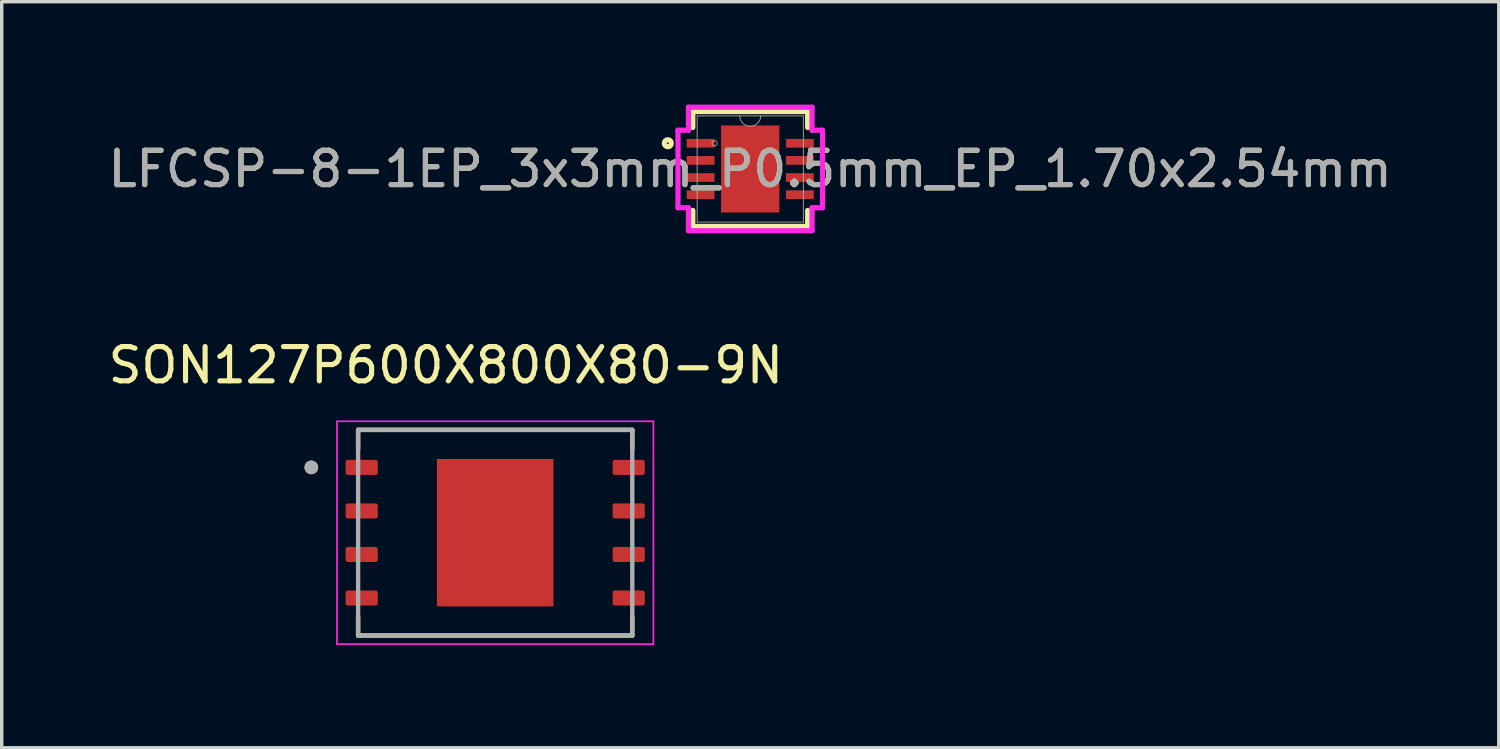
<source format=kicad_pcb>
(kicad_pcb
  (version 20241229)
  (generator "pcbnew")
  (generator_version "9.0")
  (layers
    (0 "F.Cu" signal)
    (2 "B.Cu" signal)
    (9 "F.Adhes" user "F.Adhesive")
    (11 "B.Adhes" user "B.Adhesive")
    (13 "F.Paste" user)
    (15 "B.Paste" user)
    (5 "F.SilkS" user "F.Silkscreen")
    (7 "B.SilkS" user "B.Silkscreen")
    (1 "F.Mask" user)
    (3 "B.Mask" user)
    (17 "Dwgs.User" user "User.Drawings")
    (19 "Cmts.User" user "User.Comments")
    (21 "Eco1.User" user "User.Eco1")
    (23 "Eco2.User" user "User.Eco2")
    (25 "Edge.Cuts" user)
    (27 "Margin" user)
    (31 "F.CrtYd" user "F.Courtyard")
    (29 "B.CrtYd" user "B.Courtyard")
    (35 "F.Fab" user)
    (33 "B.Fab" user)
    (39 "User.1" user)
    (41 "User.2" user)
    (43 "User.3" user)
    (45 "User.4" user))
  (footprint "SON127P600X800X80-9N"
    (layer "F.Cu")
    (at 11.398 12.492)
    (property "Reference" "SON127P600X800X80-9N" (at -1.44 -4.885 0) (layer "F.SilkS") (effects (font (size 1 1) (thickness 0.15))))
    (attr smd)
    (fp_line (start -4 -3) (end 4 -3) (stroke (width 0.127) (type solid)) (layer "F.SilkS"))
    (fp_line (start -4 -2.445) (end -4 -3) (stroke (width 0.127) (type solid)) (layer "F.SilkS"))
    (fp_line (start -4 3) (end -4 2.445) (stroke (width 0.127) (type solid)) (layer "F.SilkS"))
    (fp_line (start 4 -3) (end 4 -2.445) (stroke (width 0.127) (type solid)) (layer "F.SilkS"))
    (fp_line (start 4 3) (end -4 3) (stroke (width 0.127) (type solid)) (layer "F.SilkS"))
    (fp_line (start 4 3) (end 4 2.445) (stroke (width 0.127) (type solid)) (layer "F.SilkS"))
    (fp_circle (center -5.365 -1.905) (end -5.265 -1.905) (stroke (width 0.2) (type solid)) (fill no) (layer "F.SilkS"))
    (fp_poly (pts (xy -1.075 -1.36) (xy 1.075 -1.36) (xy 1.075 1.36) (xy -1.075 1.36)) (stroke (width 0.01) (type solid)) (fill yes) (layer "F.Paste"))
    (fp_line (start -4.615 -3.25) (end -4.615 3.25) (stroke (width 0.05) (type solid)) (layer "F.CrtYd"))
    (fp_line (start -4.615 3.25) (end 4.615 3.25) (stroke (width 0.05) (type solid)) (layer "F.CrtYd"))
    (fp_line (start 4.615 -3.25) (end -4.615 -3.25) (stroke (width 0.05) (type solid)) (layer "F.CrtYd"))
    (fp_line (start 4.615 3.25) (end 4.615 -3.25) (stroke (width 0.05) (type solid)) (layer "F.CrtYd"))
    (fp_line (start -4 -3) (end 4 -3) (stroke (width 0.127) (type solid)) (layer "F.Fab"))
    (fp_line (start -4 3) (end -4 -3) (stroke (width 0.127) (type solid)) (layer "F.Fab"))
    (fp_line (start 4 -3) (end 4 3) (stroke (width 0.127) (type solid)) (layer "F.Fab"))
    (fp_line (start 4 3) (end -4 3) (stroke (width 0.127) (type solid)) (layer "F.Fab"))
    (fp_circle (center -5.365 -1.905) (end -5.265 -1.905) (stroke (width 0.2) (type solid)) (fill no) (layer "F.Fab"))
    (pad "1" smd roundrect (at -3.895 -1.905) (size 0.94 0.44) (layers "F.Cu" "F.Mask" "F.Paste") (roundrect_rratio 0.15))
    (pad "2" smd roundrect (at -3.895 -0.635) (size 0.94 0.44) (layers "F.Cu" "F.Mask" "F.Paste") (roundrect_rratio 0.15))
    (pad "3" smd roundrect (at -3.895 0.635) (size 0.94 0.44) (layers "F.Cu" "F.Mask" "F.Paste") (roundrect_rratio 0.15))
    (pad "4" smd roundrect (at -3.895 1.905) (size 0.94 0.44) (layers "F.Cu" "F.Mask" "F.Paste") (roundrect_rratio 0.15))
    (pad "5" smd roundrect (at 3.895 1.905) (size 0.94 0.44) (layers "F.Cu" "F.Mask" "F.Paste") (roundrect_rratio 0.15))
    (pad "6" smd roundrect (at 3.895 0.635) (size 0.94 0.44) (layers "F.Cu" "F.Mask" "F.Paste") (roundrect_rratio 0.15))
    (pad "7" smd roundrect (at 3.895 -0.635) (size 0.94 0.44) (layers "F.Cu" "F.Mask" "F.Paste") (roundrect_rratio 0.15))
    (pad "8" smd roundrect (at 3.895 -1.905) (size 0.94 0.44) (layers "F.Cu" "F.Mask" "F.Paste") (roundrect_rratio 0.15))
    (pad "9" smd rect (at 0 0) (size 3.4 4.3) (layers "F.Cu" "F.Mask")))
  (footprint "LFCSP-8-1EP_3x3mm_P0.5mm_EP_1.70x2.54mm"
    (layer "F.Cu")
    (at 18.839 1.88)
    (property "Reference" "LFCSP-8-1EP_3x3mm_P0.5mm_EP_1.70x2.54mm" (at 0 0 0) (unlocked yes) (layer "F.SilkS") (effects (font (size 1 1) (thickness 0.15))))
    (attr smd)
    (fp_line (start -1.676 -1.676) (end -1.676 -1.21) (stroke (width 0.152) (type solid)) (layer "F.SilkS"))
    (fp_line (start -1.676 1.21) (end -1.676 1.676) (stroke (width 0.152) (type solid)) (layer "F.SilkS"))
    (fp_line (start -1.676 1.676) (end 1.676 1.676) (stroke (width 0.152) (type solid)) (layer "F.SilkS"))
    (fp_line (start 1.676 -1.676) (end -1.676 -1.676) (stroke (width 0.152) (type solid)) (layer "F.SilkS"))
    (fp_line (start 1.676 -1.21) (end 1.676 -1.676) (stroke (width 0.152) (type solid)) (layer "F.SilkS"))
    (fp_line (start 1.676 1.676) (end 1.676 1.21) (stroke (width 0.152) (type solid)) (layer "F.SilkS"))
    (fp_circle (center -2.405 -0.75) (end -2.303 -0.75) (stroke (width 0.152) (type solid)) (fill no) (layer "F.SilkS"))
    (fp_poly (pts (xy -0.751 -1.17) (xy -0.751 -0.1) (xy 0.751 -0.1) (xy 0.751 -1.17)) (stroke (width 0) (type solid)) (fill yes) (layer "F.Paste"))
    (fp_poly (pts (xy -0.751 0.1) (xy -0.751 1.17) (xy 0.751 1.17) (xy 0.751 0.1)) (stroke (width 0) (type solid)) (fill yes) (layer "F.Paste"))
    (fp_line (start -2.108 -1.131) (end -1.803 -1.131) (stroke (width 0.152) (type solid)) (layer "F.CrtYd"))
    (fp_line (start -2.108 1.131) (end -2.108 -1.131) (stroke (width 0.152) (type solid)) (layer "F.CrtYd"))
    (fp_line (start -2.108 1.131) (end -1.803 1.131) (stroke (width 0.152) (type solid)) (layer "F.CrtYd"))
    (fp_line (start -1.803 -1.803) (end 1.803 -1.803) (stroke (width 0.152) (type solid)) (layer "F.CrtYd"))
    (fp_line (start -1.803 -1.131) (end -1.803 -1.803) (stroke (width 0.152) (type solid)) (layer "F.CrtYd"))
    (fp_line (start -1.803 1.803) (end -1.803 1.131) (stroke (width 0.152) (type solid)) (layer "F.CrtYd"))
    (fp_line (start 1.803 -1.803) (end 1.803 -1.131) (stroke (width 0.152) (type solid)) (layer "F.CrtYd"))
    (fp_line (start 1.803 1.131) (end 1.803 1.803) (stroke (width 0.152) (type solid)) (layer "F.CrtYd"))
    (fp_line (start 1.803 1.803) (end -1.803 1.803) (stroke (width 0.152) (type solid)) (layer "F.CrtYd"))
    (fp_line (start 2.108 -1.131) (end 1.803 -1.131) (stroke (width 0.152) (type solid)) (layer "F.CrtYd"))
    (fp_line (start 2.108 -1.131) (end 2.108 1.131) (stroke (width 0.152) (type solid)) (layer "F.CrtYd"))
    (fp_line (start 2.108 1.131) (end 1.803 1.131) (stroke (width 0.152) (type solid)) (layer "F.CrtYd"))
    (fp_line (start -1.549 -1.549) (end -1.549 1.549) (stroke (width 0.025) (type solid)) (layer "F.Fab"))
    (fp_line (start -1.549 1.549) (end 1.549 1.549) (stroke (width 0.025) (type solid)) (layer "F.Fab"))
    (fp_line (start 1.549 -1.549) (end -1.549 -1.549) (stroke (width 0.025) (type solid)) (layer "F.Fab"))
    (fp_line (start 1.549 1.549) (end 1.549 -1.549) (stroke (width 0.025) (type solid)) (layer "F.Fab"))
    (fp_arc (start 0.3048 -1.5494) (mid 0 -1.2446) (end -0.3048 -1.5494) (stroke (width 0.0254) (type solid)) (layer "F.Fab"))
    (fp_circle (center -1.041 -0.75) (end -0.965 -0.75) (stroke (width 0.025) (type solid)) (fill no) (layer "F.Fab"))
    (fp_text user "${REFERENCE}" (at 0 0 0) (unlocked yes) (layer "F.Fab") (effects (font (size 1 1) (thickness 0.15))))
    (pad "1" smd rect (at -1.448 -0.75) (size 0.813 0.254) (layers "F.Cu" "F.Mask" "F.Paste"))
    (pad "2" smd rect (at -1.448 -0.25) (size 0.813 0.254) (layers "F.Cu" "F.Mask" "F.Paste"))
    (pad "3" smd rect (at -1.448 0.25) (size 0.813 0.254) (layers "F.Cu" "F.Mask" "F.Paste"))
    (pad "4" smd rect (at -1.448 0.75) (size 0.813 0.254) (layers "F.Cu" "F.Mask" "F.Paste"))
    (pad "5" smd rect (at 1.448 0.75) (size 0.813 0.254) (layers "F.Cu" "F.Mask" "F.Paste"))
    (pad "6" smd rect (at 1.448 0.25) (size 0.813 0.254) (layers "F.Cu" "F.Mask" "F.Paste"))
    (pad "7" smd rect (at 1.448 -0.25) (size 0.813 0.254) (layers "F.Cu" "F.Mask" "F.Paste"))
    (pad "8" smd rect (at 1.448 -0.75) (size 0.813 0.254) (layers "F.Cu" "F.Mask" "F.Paste"))
    (pad "9" smd rect (at 0 0) (size 1.702 2.54) (layers "F.Cu" "F.Mask" "F.Paste")))
  (gr_rect
    (start -3 -3)
    (end 40.679 18.767)
    (stroke (width 0.1) (type default))
    (fill no)
    (layer "Edge.Cuts")))
</source>
